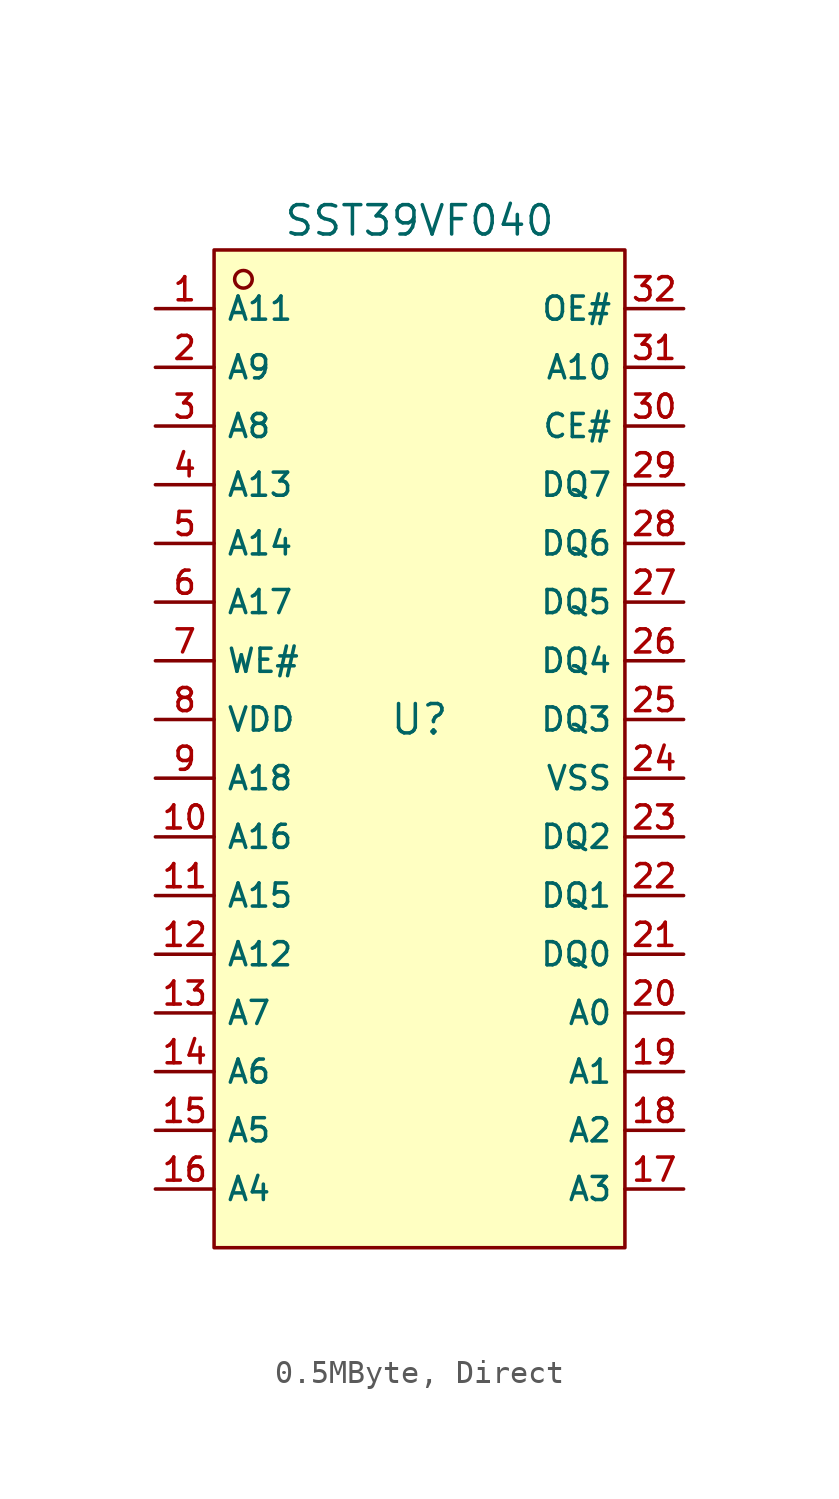
<source format=kicad_sym>
(kicad_symbol_lib
  (version 20231120)
  (generator "CDFER_Archive_Tool")
  (generator_version "0.0")
  (symbol "0.5MByte, Direct"
    (property "Reference" "U"
      (at 0 1.27 0)
      (effects (font (size 1.27 1.27))))
    (property "Value" "SST39VF040"
      (at 0 22.86 0)
      (effects (font (size 1.27 1.27))))
    (symbol "0.5MByte, Direct_0_1"
      (rectangle (start -8.89 21.59) (end 8.89 -21.59) (stroke (width 0) (type default)) (fill (type background)))
      (circle (center -7.62 20.32) (radius 0.381) (stroke (width 0) (type default)) (fill (type background)))
      (pin unspecified line (at -11.43 19.05 0) (length 2.54) (name "A11" (effects (font (size 1 1)))) (number "1" (effects (font (size 1 1)))))
      (pin unspecified line (at -11.43 -3.81 0) (length 2.54) (name "A16" (effects (font (size 1 1)))) (number "10" (effects (font (size 1 1)))))
      (pin unspecified line (at -11.43 -6.35 0) (length 2.54) (name "A15" (effects (font (size 1 1)))) (number "11" (effects (font (size 1 1)))))
      (pin unspecified line (at -11.43 -8.89 0) (length 2.54) (name "A12" (effects (font (size 1 1)))) (number "12" (effects (font (size 1 1)))))
      (pin unspecified line (at -11.43 -11.43 0) (length 2.54) (name "A7" (effects (font (size 1 1)))) (number "13" (effects (font (size 1 1)))))
      (pin unspecified line (at -11.43 -13.97 0) (length 2.54) (name "A6" (effects (font (size 1 1)))) (number "14" (effects (font (size 1 1)))))
      (pin unspecified line (at -11.43 -16.51 0) (length 2.54) (name "A5" (effects (font (size 1 1)))) (number "15" (effects (font (size 1 1)))))
      (pin unspecified line (at -11.43 -19.05 0) (length 2.54) (name "A4" (effects (font (size 1 1)))) (number "16" (effects (font (size 1 1)))))
      (pin unspecified line (at 11.43 -19.05 180) (length 2.54) (name "A3" (effects (font (size 1 1)))) (number "17" (effects (font (size 1 1)))))
      (pin unspecified line (at 11.43 -16.51 180) (length 2.54) (name "A2" (effects (font (size 1 1)))) (number "18" (effects (font (size 1 1)))))
      (pin unspecified line (at 11.43 -13.97 180) (length 2.54) (name "A1" (effects (font (size 1 1)))) (number "19" (effects (font (size 1 1)))))
      (pin unspecified line (at -11.43 16.51 0) (length 2.54) (name "A9" (effects (font (size 1 1)))) (number "2" (effects (font (size 1 1)))))
      (pin unspecified line (at 11.43 -11.43 180) (length 2.54) (name "A0" (effects (font (size 1 1)))) (number "20" (effects (font (size 1 1)))))
      (pin unspecified line (at 11.43 -8.89 180) (length 2.54) (name "DQ0" (effects (font (size 1 1)))) (number "21" (effects (font (size 1 1)))))
      (pin unspecified line (at 11.43 -6.35 180) (length 2.54) (name "DQ1" (effects (font (size 1 1)))) (number "22" (effects (font (size 1 1)))))
      (pin unspecified line (at 11.43 -3.81 180) (length 2.54) (name "DQ2" (effects (font (size 1 1)))) (number "23" (effects (font (size 1 1)))))
      (pin unspecified line (at 11.43 -1.27 180) (length 2.54) (name "VSS" (effects (font (size 1 1)))) (number "24" (effects (font (size 1 1)))))
      (pin unspecified line (at 11.43 1.27 180) (length 2.54) (name "DQ3" (effects (font (size 1 1)))) (number "25" (effects (font (size 1 1)))))
      (pin unspecified line (at 11.43 3.81 180) (length 2.54) (name "DQ4" (effects (font (size 1 1)))) (number "26" (effects (font (size 1 1)))))
      (pin unspecified line (at 11.43 6.35 180) (length 2.54) (name "DQ5" (effects (font (size 1 1)))) (number "27" (effects (font (size 1 1)))))
      (pin unspecified line (at 11.43 8.89 180) (length 2.54) (name "DQ6" (effects (font (size 1 1)))) (number "28" (effects (font (size 1 1)))))
      (pin unspecified line (at 11.43 11.43 180) (length 2.54) (name "DQ7" (effects (font (size 1 1)))) (number "29" (effects (font (size 1 1)))))
      (pin unspecified line (at -11.43 13.97 0) (length 2.54) (name "A8" (effects (font (size 1 1)))) (number "3" (effects (font (size 1 1)))))
      (pin unspecified line (at 11.43 13.97 180) (length 2.54) (name "CE#" (effects (font (size 1 1)))) (number "30" (effects (font (size 1 1)))))
      (pin unspecified line (at 11.43 16.51 180) (length 2.54) (name "A10" (effects (font (size 1 1)))) (number "31" (effects (font (size 1 1)))))
      (pin unspecified line (at 11.43 19.05 180) (length 2.54) (name "OE#" (effects (font (size 1 1)))) (number "32" (effects (font (size 1 1)))))
      (pin unspecified line (at -11.43 11.43 0) (length 2.54) (name "A13" (effects (font (size 1 1)))) (number "4" (effects (font (size 1 1)))))
      (pin unspecified line (at -11.43 8.89 0) (length 2.54) (name "A14" (effects (font (size 1 1)))) (number "5" (effects (font (size 1 1)))))
      (pin unspecified line (at -11.43 6.35 0) (length 2.54) (name "A17" (effects (font (size 1 1)))) (number "6" (effects (font (size 1 1)))))
      (pin unspecified line (at -11.43 3.81 0) (length 2.54) (name "WE#" (effects (font (size 1 1)))) (number "7" (effects (font (size 1 1)))))
      (pin unspecified line (at -11.43 1.27 0) (length 2.54) (name "VDD" (effects (font (size 1 1)))) (number "8" (effects (font (size 1 1)))))
      (pin unspecified line (at -11.43 -1.27 0) (length 2.54) (name "A18" (effects (font (size 1 1)))) (number "9" (effects (font (size 1 1))))))))
</source>
